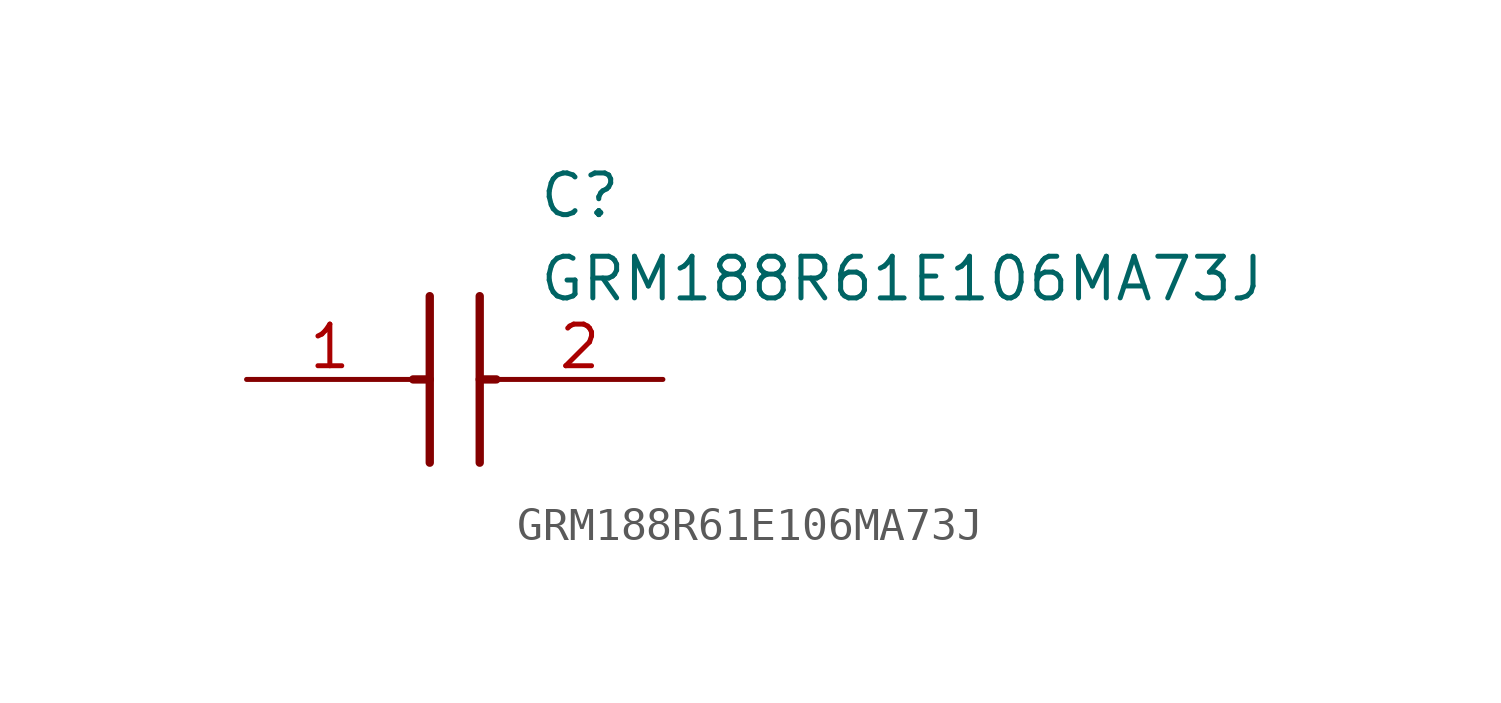
<source format=kicad_sym>
(kicad_symbol_lib
  (version 20211014)
  (generator SamacSys_ECAD_Model)
  (symbol "GRM188R61E106MA73J"
    (pin_names hide)
    (property "Reference" "C"
      (at 8.89 6.35 0)
      (effects (font (size 1.27 1.27)) (justify left top)))
    (property "Value" "GRM188R61E106MA73J"
      (at 8.89 3.81 0)
      (effects (font (size 1.27 1.27)) (justify left top)))
    (polyline
      (pts (xy 5.588 2.54) (xy 5.588 -2.54))
      (stroke (width 0.254) (type default))
      (fill (type none)))
    (polyline
      (pts (xy 7.112 2.54) (xy 7.112 -2.54))
      (stroke (width 0.254) (type default))
      (fill (type none)))
    (polyline
      (pts (xy 5.08 0) (xy 5.588 0))
      (stroke (width 0.254) (type default))
      (fill (type none)))
    (polyline
      (pts (xy 7.112 0) (xy 7.62 0))
      (stroke (width 0.254) (type default))
      (fill (type none)))
    (pin passive line
      (at 0 0 0)
      (length 5.08)
      (name "1" (effects (font (size 1.27 1.27))))
      (number "1" (effects (font (size 1.27 1.27)))))
    (pin passive line
      (at 12.7 0 180)
      (length 5.08)
      (name "2" (effects (font (size 1.27 1.27))))
      (number "2" (effects (font (size 1.27 1.27)))))))
</source>
